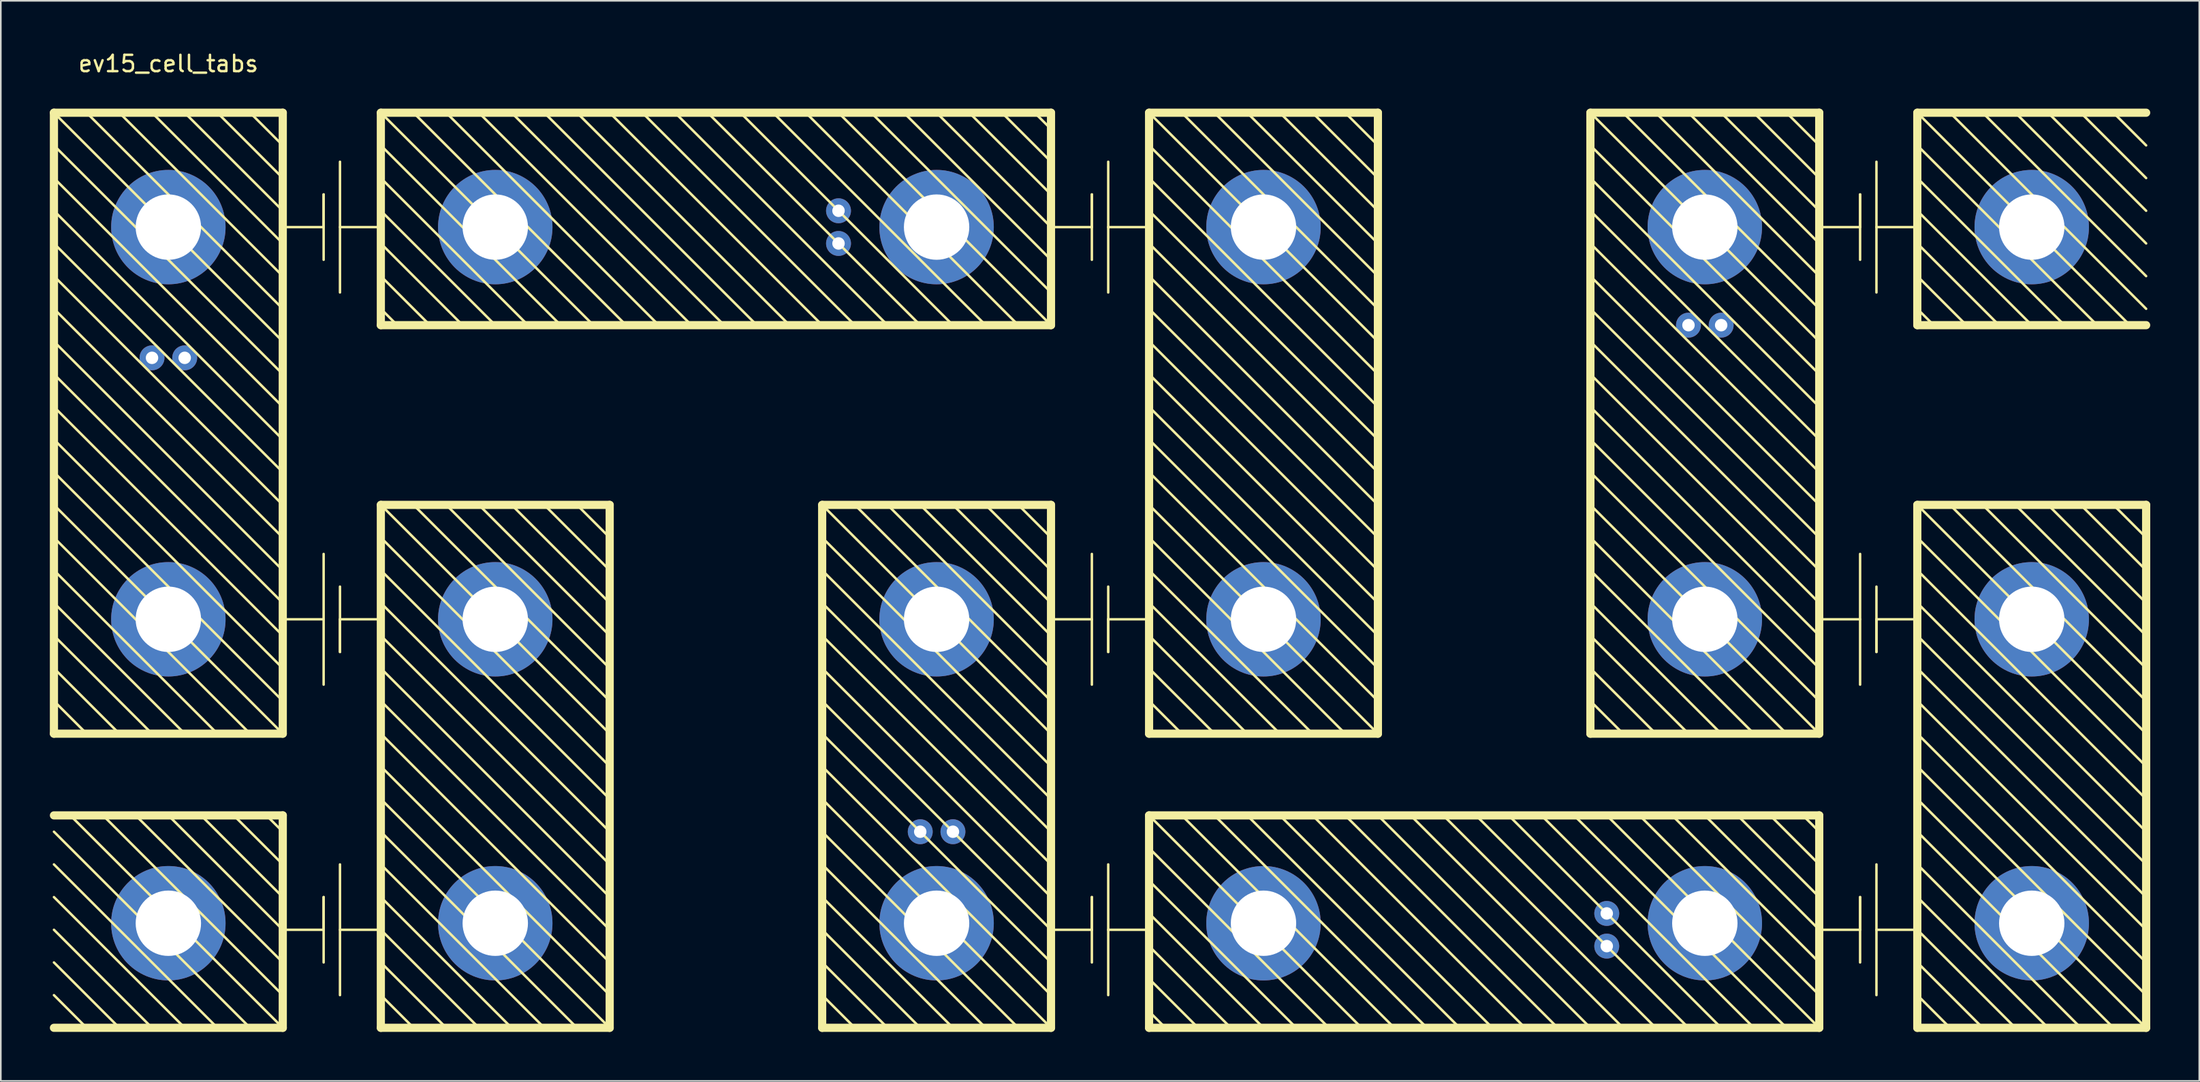
<source format=kicad_pcb>
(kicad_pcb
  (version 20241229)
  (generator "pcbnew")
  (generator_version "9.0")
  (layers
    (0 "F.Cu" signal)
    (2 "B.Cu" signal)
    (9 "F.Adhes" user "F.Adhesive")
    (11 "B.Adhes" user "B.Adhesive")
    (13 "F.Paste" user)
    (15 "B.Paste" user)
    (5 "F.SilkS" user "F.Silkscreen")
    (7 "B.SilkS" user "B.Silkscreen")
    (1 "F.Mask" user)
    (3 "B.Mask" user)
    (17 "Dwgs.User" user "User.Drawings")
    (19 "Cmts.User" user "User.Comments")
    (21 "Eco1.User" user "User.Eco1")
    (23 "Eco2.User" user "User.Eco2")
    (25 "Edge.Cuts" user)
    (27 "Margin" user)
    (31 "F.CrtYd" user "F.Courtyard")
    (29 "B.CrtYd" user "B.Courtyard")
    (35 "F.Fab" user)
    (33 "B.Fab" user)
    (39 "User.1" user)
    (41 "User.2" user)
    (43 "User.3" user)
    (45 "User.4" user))
  (footprint "ev15_cell_tabs"
    (layer "F.Cu")
    (at 7.25 10.848)
    (property "Reference" "ev15_cell_tabs" (at 0 -10 0) (layer "F.SilkS") (effects (font (size 1 1) (thickness 0.15))))
    (attr through_hole)
    (fp_line (start -7 -7) (end -7 31) (stroke (width 0.15) (type solid)) (layer "F.SilkS"))
    (fp_line (start -7 -7) (end -7 31) (stroke (width 0.5) (type solid)) (layer "F.SilkS"))
    (fp_line (start -7 -5) (end 7 9) (stroke (width 0.15) (type solid)) (layer "F.SilkS"))
    (fp_line (start -7 -1) (end 7 13) (stroke (width 0.15) (type solid)) (layer "F.SilkS"))
    (fp_line (start -7 3) (end 7 17) (stroke (width 0.15) (type solid)) (layer "F.SilkS"))
    (fp_line (start -7 5) (end 7 19) (stroke (width 0.15) (type solid)) (layer "F.SilkS"))
    (fp_line (start -7 9) (end 7 23) (stroke (width 0.15) (type solid)) (layer "F.SilkS"))
    (fp_line (start -7 11) (end 7 25) (stroke (width 0.15) (type solid)) (layer "F.SilkS"))
    (fp_line (start -7 15) (end 7 29) (stroke (width 0.15) (type solid)) (layer "F.SilkS"))
    (fp_line (start -7 19) (end 5 31) (stroke (width 0.15) (type solid)) (layer "F.SilkS"))
    (fp_line (start -7 21) (end 3 31) (stroke (width 0.15) (type solid)) (layer "F.SilkS"))
    (fp_line (start -7 27) (end -3 31) (stroke (width 0.15) (type solid)) (layer "F.SilkS"))
    (fp_line (start -7 31) (end 7 31) (stroke (width 0.15) (type solid)) (layer "F.SilkS"))
    (fp_line (start -7 31) (end 7 31) (stroke (width 0.5) (type solid)) (layer "F.SilkS"))
    (fp_line (start -7 36) (end 7 36) (stroke (width 0.15) (type solid)) (layer "F.SilkS"))
    (fp_line (start -7 39) (end 3 49) (stroke (width 0.15) (type solid)) (layer "F.SilkS"))
    (fp_line (start -7 45) (end -3 49) (stroke (width 0.15) (type solid)) (layer "F.SilkS"))
    (fp_line (start -5 -7) (end 7 5) (stroke (width 0.15) (type solid)) (layer "F.SilkS"))
    (fp_line (start -5 31) (end -7 29) (stroke (width 0.15) (type solid)) (layer "F.SilkS"))
    (fp_line (start -5 49) (end -7 47) (stroke (width 0.15) (type solid)) (layer "F.SilkS"))
    (fp_line (start -4 36) (end 7 47) (stroke (width 0.15) (type solid)) (layer "F.SilkS"))
    (fp_line (start -2 36) (end 0 36) (stroke (width 0.15) (type solid)) (layer "F.SilkS"))
    (fp_line (start -1 -7) (end 7 1) (stroke (width 0.15) (type solid)) (layer "F.SilkS"))
    (fp_line (start -1 31) (end -7 25) (stroke (width 0.15) (type solid)) (layer "F.SilkS"))
    (fp_line (start -1 49) (end -7 43) (stroke (width 0.15) (type solid)) (layer "F.SilkS"))
    (fp_line (start 0 36) (end 7 43) (stroke (width 0.15) (type solid)) (layer "F.SilkS"))
    (fp_line (start 1 31) (end -7 23) (stroke (width 0.15) (type solid)) (layer "F.SilkS"))
    (fp_line (start 1 49) (end -7 41) (stroke (width 0.15) (type solid)) (layer "F.SilkS"))
    (fp_line (start 2 36) (end 4 36) (stroke (width 0.15) (type solid)) (layer "F.SilkS"))
    (fp_line (start 3 -7) (end 7 -3) (stroke (width 0.15) (type solid)) (layer "F.SilkS"))
    (fp_line (start 4 36) (end 7 39) (stroke (width 0.15) (type solid)) (layer "F.SilkS"))
    (fp_line (start 5 49) (end -7 37) (stroke (width 0.15) (type solid)) (layer "F.SilkS"))
    (fp_line (start 7 -7) (end -7 -7) (stroke (width 0.15) (type solid)) (layer "F.SilkS"))
    (fp_line (start 7 -7) (end -7 -7) (stroke (width 0.5) (type solid)) (layer "F.SilkS"))
    (fp_line (start 7 -5) (end 5 -7) (stroke (width 0.15) (type solid)) (layer "F.SilkS"))
    (fp_line (start 7 -1) (end 1 -7) (stroke (width 0.15) (type solid)) (layer "F.SilkS"))
    (fp_line (start 7 0) (end 9.5 0) (stroke (width 0.15) (type solid)) (layer "F.SilkS"))
    (fp_line (start 7 3) (end -3 -7) (stroke (width 0.15) (type solid)) (layer "F.SilkS"))
    (fp_line (start 7 7) (end -7 -7) (stroke (width 0.15) (type solid)) (layer "F.SilkS"))
    (fp_line (start 7 11) (end -7 -3) (stroke (width 0.15) (type solid)) (layer "F.SilkS"))
    (fp_line (start 7 15) (end -7 1) (stroke (width 0.15) (type solid)) (layer "F.SilkS"))
    (fp_line (start 7 21) (end -7 7) (stroke (width 0.15) (type solid)) (layer "F.SilkS"))
    (fp_line (start 7 27) (end -7 13) (stroke (width 0.15) (type solid)) (layer "F.SilkS"))
    (fp_line (start 7 31) (end -7 17) (stroke (width 0.15) (type solid)) (layer "F.SilkS"))
    (fp_line (start 7 31) (end 7 -7) (stroke (width 0.15) (type solid)) (layer "F.SilkS"))
    (fp_line (start 7 31) (end 7 -7) (stroke (width 0.5) (type solid)) (layer "F.SilkS"))
    (fp_line (start 7 36) (end -7 36) (stroke (width 0.5) (type solid)) (layer "F.SilkS"))
    (fp_line (start 7 36) (end 7 49) (stroke (width 0.15) (type solid)) (layer "F.SilkS"))
    (fp_line (start 7 36) (end 7 49) (stroke (width 0.5) (type solid)) (layer "F.SilkS"))
    (fp_line (start 7 37) (end 6 36) (stroke (width 0.15) (type solid)) (layer "F.SilkS"))
    (fp_line (start 7 41) (end 2 36) (stroke (width 0.15) (type solid)) (layer "F.SilkS"))
    (fp_line (start 7 43) (end 9.5 43) (stroke (width 0.15) (type solid)) (layer "F.SilkS"))
    (fp_line (start 7 45) (end -2 36) (stroke (width 0.15) (type solid)) (layer "F.SilkS"))
    (fp_line (start 7 47) (end 7 45) (stroke (width 0.15) (type solid)) (layer "F.SilkS"))
    (fp_line (start 7 49) (end -7 49) (stroke (width 0.15) (type solid)) (layer "F.SilkS"))
    (fp_line (start 7 49) (end -7 49) (stroke (width 0.5) (type solid)) (layer "F.SilkS"))
    (fp_line (start 7 49) (end -6 36) (stroke (width 0.15) (type solid)) (layer "F.SilkS"))
    (fp_line (start 9.5 -2) (end 9.5 2) (stroke (width 0.15) (type solid)) (layer "F.SilkS"))
    (fp_line (start 9.5 0) (end 9.5 -2) (stroke (width 0.15) (type solid)) (layer "F.SilkS"))
    (fp_line (start 9.5 24) (end 7 24) (stroke (width 0.15) (type solid)) (layer "F.SilkS"))
    (fp_line (start 9.5 28) (end 9.5 20) (stroke (width 0.15) (type solid)) (layer "F.SilkS"))
    (fp_line (start 9.5 41) (end 9.5 45) (stroke (width 0.15) (type solid)) (layer "F.SilkS"))
    (fp_line (start 9.5 43) (end 9.5 41) (stroke (width 0.15) (type solid)) (layer "F.SilkS"))
    (fp_line (start 10.5 -4) (end 10.5 4) (stroke (width 0.15) (type solid)) (layer "F.SilkS"))
    (fp_line (start 10.5 0) (end 13 0) (stroke (width 0.15) (type solid)) (layer "F.SilkS"))
    (fp_line (start 10.5 24) (end 10.5 26) (stroke (width 0.15) (type solid)) (layer "F.SilkS"))
    (fp_line (start 10.5 26) (end 10.5 22) (stroke (width 0.15) (type solid)) (layer "F.SilkS"))
    (fp_line (start 10.5 39) (end 10.5 47) (stroke (width 0.15) (type solid)) (layer "F.SilkS"))
    (fp_line (start 10.5 43) (end 13 43) (stroke (width 0.15) (type solid)) (layer "F.SilkS"))
    (fp_line (start 13 -7) (end 54 -7) (stroke (width 0.5) (type solid)) (layer "F.SilkS"))
    (fp_line (start 13 -1) (end 20 6) (stroke (width 0.15) (type solid)) (layer "F.SilkS"))
    (fp_line (start 13 3) (end 16 6) (stroke (width 0.15) (type solid)) (layer "F.SilkS"))
    (fp_line (start 13 6) (end 13 -7) (stroke (width 0.5) (type solid)) (layer "F.SilkS"))
    (fp_line (start 13 17) (end 13 49) (stroke (width 0.5) (type solid)) (layer "F.SilkS"))
    (fp_line (start 13 17) (end 27 31) (stroke (width 0.15) (type solid)) (layer "F.SilkS"))
    (fp_line (start 13 19) (end 13 22) (stroke (width 0.15) (type solid)) (layer "F.SilkS"))
    (fp_line (start 13 21) (end 27 35) (stroke (width 0.15) (type solid)) (layer "F.SilkS"))
    (fp_line (start 13 23) (end 27 37) (stroke (width 0.15) (type solid)) (layer "F.SilkS"))
    (fp_line (start 13 24) (end 10.5 24) (stroke (width 0.15) (type solid)) (layer "F.SilkS"))
    (fp_line (start 13 27) (end 27 41) (stroke (width 0.15) (type solid)) (layer "F.SilkS"))
    (fp_line (start 13 29) (end 27 43) (stroke (width 0.15) (type solid)) (layer "F.SilkS"))
    (fp_line (start 13 33) (end 27 47) (stroke (width 0.15) (type solid)) (layer "F.SilkS"))
    (fp_line (start 13 37) (end 25 49) (stroke (width 0.15) (type solid)) (layer "F.SilkS"))
    (fp_line (start 13 39) (end 23 49) (stroke (width 0.15) (type solid)) (layer "F.SilkS"))
    (fp_line (start 13 43) (end 13 45) (stroke (width 0.15) (type solid)) (layer "F.SilkS"))
    (fp_line (start 13 45) (end 17 49) (stroke (width 0.15) (type solid)) (layer "F.SilkS"))
    (fp_line (start 13 49) (end 27 49) (stroke (width 0.5) (type solid)) (layer "F.SilkS"))
    (fp_line (start 14 6) (end 13 5) (stroke (width 0.15) (type solid)) (layer "F.SilkS"))
    (fp_line (start 15 17) (end 17 17) (stroke (width 0.15) (type solid)) (layer "F.SilkS"))
    (fp_line (start 15 49) (end 13 47) (stroke (width 0.15) (type solid)) (layer "F.SilkS"))
    (fp_line (start 16 6) (end 14 6) (stroke (width 0.15) (type solid)) (layer "F.SilkS"))
    (fp_line (start 17 17) (end 27 27) (stroke (width 0.15) (type solid)) (layer "F.SilkS"))
    (fp_line (start 18 6) (end 13 1) (stroke (width 0.15) (type solid)) (layer "F.SilkS"))
    (fp_line (start 18 49) (end 19 49) (stroke (width 0.15) (type solid)) (layer "F.SilkS"))
    (fp_line (start 19 17) (end 21 17) (stroke (width 0.15) (type solid)) (layer "F.SilkS"))
    (fp_line (start 19 49) (end 13 43) (stroke (width 0.15) (type solid)) (layer "F.SilkS"))
    (fp_line (start 21 17) (end 27 23) (stroke (width 0.15) (type solid)) (layer "F.SilkS"))
    (fp_line (start 21 49) (end 13 41) (stroke (width 0.15) (type solid)) (layer "F.SilkS"))
    (fp_line (start 22 6) (end 13 -3) (stroke (width 0.15) (type solid)) (layer "F.SilkS"))
    (fp_line (start 23 17) (end 25 17) (stroke (width 0.15) (type solid)) (layer "F.SilkS"))
    (fp_line (start 24 6) (end 13 -5) (stroke (width 0.15) (type solid)) (layer "F.SilkS"))
    (fp_line (start 25 17) (end 27 19) (stroke (width 0.15) (type solid)) (layer "F.SilkS"))
    (fp_line (start 26 6) (end 13 -7) (stroke (width 0.15) (type solid)) (layer "F.SilkS"))
    (fp_line (start 27 17) (end 13 17) (stroke (width 0.5) (type solid)) (layer "F.SilkS"))
    (fp_line (start 27 21) (end 23 17) (stroke (width 0.15) (type solid)) (layer "F.SilkS"))
    (fp_line (start 27 23) (end 27 21) (stroke (width 0.15) (type solid)) (layer "F.SilkS"))
    (fp_line (start 27 25) (end 19 17) (stroke (width 0.15) (type solid)) (layer "F.SilkS"))
    (fp_line (start 27 27) (end 27 25) (stroke (width 0.15) (type solid)) (layer "F.SilkS"))
    (fp_line (start 27 29) (end 15 17) (stroke (width 0.15) (type solid)) (layer "F.SilkS"))
    (fp_line (start 27 31) (end 27 29) (stroke (width 0.15) (type solid)) (layer "F.SilkS"))
    (fp_line (start 27 33) (end 13 19) (stroke (width 0.15) (type solid)) (layer "F.SilkS"))
    (fp_line (start 27 39) (end 13 25) (stroke (width 0.15) (type solid)) (layer "F.SilkS"))
    (fp_line (start 27 45) (end 13 31) (stroke (width 0.15) (type solid)) (layer "F.SilkS"))
    (fp_line (start 27 49) (end 13 35) (stroke (width 0.15) (type solid)) (layer "F.SilkS"))
    (fp_line (start 27 49) (end 27 17) (stroke (width 0.5) (type solid)) (layer "F.SilkS"))
    (fp_line (start 28 6) (end 15 -7) (stroke (width 0.15) (type solid)) (layer "F.SilkS"))
    (fp_line (start 30 6) (end 17 -7) (stroke (width 0.15) (type solid)) (layer "F.SilkS"))
    (fp_line (start 32 6) (end 19 -7) (stroke (width 0.15) (type solid)) (layer "F.SilkS"))
    (fp_line (start 34 6) (end 21 -7) (stroke (width 0.15) (type solid)) (layer "F.SilkS"))
    (fp_line (start 36 6) (end 23 -7) (stroke (width 0.15) (type solid)) (layer "F.SilkS"))
    (fp_line (start 38 6) (end 25 -7) (stroke (width 0.15) (type solid)) (layer "F.SilkS"))
    (fp_line (start 40 6) (end 27 -7) (stroke (width 0.15) (type solid)) (layer "F.SilkS"))
    (fp_line (start 40 17) (end 40 49) (stroke (width 0.5) (type solid)) (layer "F.SilkS"))
    (fp_line (start 40 17) (end 54 17) (stroke (width 0.15) (type solid)) (layer "F.SilkS"))
    (fp_line (start 40 17) (end 54 31) (stroke (width 0.15) (type solid)) (layer "F.SilkS"))
    (fp_line (start 40 19) (end 40 22) (stroke (width 0.15) (type solid)) (layer "F.SilkS"))
    (fp_line (start 40 21) (end 54 35) (stroke (width 0.15) (type solid)) (layer "F.SilkS"))
    (fp_line (start 40 23) (end 54 37) (stroke (width 0.15) (type solid)) (layer "F.SilkS"))
    (fp_line (start 40 27) (end 54 41) (stroke (width 0.15) (type solid)) (layer "F.SilkS"))
    (fp_line (start 40 29) (end 54 43) (stroke (width 0.15) (type solid)) (layer "F.SilkS"))
    (fp_line (start 40 33) (end 54 47) (stroke (width 0.15) (type solid)) (layer "F.SilkS"))
    (fp_line (start 40 37) (end 52 49) (stroke (width 0.15) (type solid)) (layer "F.SilkS"))
    (fp_line (start 40 39) (end 50 49) (stroke (width 0.15) (type solid)) (layer "F.SilkS"))
    (fp_line (start 40 43) (end 40 45) (stroke (width 0.15) (type solid)) (layer "F.SilkS"))
    (fp_line (start 40 45) (end 44 49) (stroke (width 0.15) (type solid)) (layer "F.SilkS"))
    (fp_line (start 40 49) (end 40 17) (stroke (width 0.15) (type solid)) (layer "F.SilkS"))
    (fp_line (start 40 49) (end 54 49) (stroke (width 0.5) (type solid)) (layer "F.SilkS"))
    (fp_line (start 42 6) (end 29 -7) (stroke (width 0.15) (type solid)) (layer "F.SilkS"))
    (fp_line (start 42 17) (end 44 17) (stroke (width 0.15) (type solid)) (layer "F.SilkS"))
    (fp_line (start 42 49) (end 40 47) (stroke (width 0.15) (type solid)) (layer "F.SilkS"))
    (fp_line (start 44 6) (end 31 -7) (stroke (width 0.15) (type solid)) (layer "F.SilkS"))
    (fp_line (start 44 17) (end 54 27) (stroke (width 0.15) (type solid)) (layer "F.SilkS"))
    (fp_line (start 45 -7) (end 54 2) (stroke (width 0.15) (type solid)) (layer "F.SilkS"))
    (fp_line (start 45 49) (end 46 49) (stroke (width 0.15) (type solid)) (layer "F.SilkS"))
    (fp_line (start 46 6) (end 33 -7) (stroke (width 0.15) (type solid)) (layer "F.SilkS"))
    (fp_line (start 46 17) (end 48 17) (stroke (width 0.15) (type solid)) (layer "F.SilkS"))
    (fp_line (start 46 49) (end 40 43) (stroke (width 0.15) (type solid)) (layer "F.SilkS"))
    (fp_line (start 47 -7) (end 49 -7) (stroke (width 0.15) (type solid)) (layer "F.SilkS"))
    (fp_line (start 48 6) (end 35 -7) (stroke (width 0.15) (type solid)) (layer "F.SilkS"))
    (fp_line (start 48 17) (end 54 23) (stroke (width 0.15) (type solid)) (layer "F.SilkS"))
    (fp_line (start 48 49) (end 40 41) (stroke (width 0.15) (type solid)) (layer "F.SilkS"))
    (fp_line (start 49 -7) (end 54 -2) (stroke (width 0.15) (type solid)) (layer "F.SilkS"))
    (fp_line (start 50 6) (end 37 -7) (stroke (width 0.15) (type solid)) (layer "F.SilkS"))
    (fp_line (start 50 17) (end 52 17) (stroke (width 0.15) (type solid)) (layer "F.SilkS"))
    (fp_line (start 51 -7) (end 53 -7) (stroke (width 0.15) (type solid)) (layer "F.SilkS"))
    (fp_line (start 52 6) (end 39 -7) (stroke (width 0.15) (type solid)) (layer "F.SilkS"))
    (fp_line (start 52 17) (end 54 19) (stroke (width 0.15) (type solid)) (layer "F.SilkS"))
    (fp_line (start 53 -7) (end 54 -6) (stroke (width 0.15) (type solid)) (layer "F.SilkS"))
    (fp_line (start 54 -7) (end 54 6) (stroke (width 0.5) (type solid)) (layer "F.SilkS"))
    (fp_line (start 54 -4) (end 51 -7) (stroke (width 0.15) (type solid)) (layer "F.SilkS"))
    (fp_line (start 54 0) (end 47 -7) (stroke (width 0.15) (type solid)) (layer "F.SilkS"))
    (fp_line (start 54 0) (end 56.5 0) (stroke (width 0.15) (type solid)) (layer "F.SilkS"))
    (fp_line (start 54 4) (end 43 -7) (stroke (width 0.15) (type solid)) (layer "F.SilkS"))
    (fp_line (start 54 6) (end 13 6) (stroke (width 0.5) (type solid)) (layer "F.SilkS"))
    (fp_line (start 54 6) (end 41 -7) (stroke (width 0.15) (type solid)) (layer "F.SilkS"))
    (fp_line (start 54 17) (end 40 17) (stroke (width 0.5) (type solid)) (layer "F.SilkS"))
    (fp_line (start 54 17) (end 54 49) (stroke (width 0.15) (type solid)) (layer "F.SilkS"))
    (fp_line (start 54 21) (end 50 17) (stroke (width 0.15) (type solid)) (layer "F.SilkS"))
    (fp_line (start 54 23) (end 54 21) (stroke (width 0.15) (type solid)) (layer "F.SilkS"))
    (fp_line (start 54 25) (end 46 17) (stroke (width 0.15) (type solid)) (layer "F.SilkS"))
    (fp_line (start 54 27) (end 54 25) (stroke (width 0.15) (type solid)) (layer "F.SilkS"))
    (fp_line (start 54 29) (end 42 17) (stroke (width 0.15) (type solid)) (layer "F.SilkS"))
    (fp_line (start 54 31) (end 54 29) (stroke (width 0.15) (type solid)) (layer "F.SilkS"))
    (fp_line (start 54 33) (end 40 19) (stroke (width 0.15) (type solid)) (layer "F.SilkS"))
    (fp_line (start 54 39) (end 40 25) (stroke (width 0.15) (type solid)) (layer "F.SilkS"))
    (fp_line (start 54 43) (end 56.5 43) (stroke (width 0.15) (type solid)) (layer "F.SilkS"))
    (fp_line (start 54 45) (end 40 31) (stroke (width 0.15) (type solid)) (layer "F.SilkS"))
    (fp_line (start 54 49) (end 40 35) (stroke (width 0.15) (type solid)) (layer "F.SilkS"))
    (fp_line (start 54 49) (end 40 49) (stroke (width 0.15) (type solid)) (layer "F.SilkS"))
    (fp_line (start 54 49) (end 54 17) (stroke (width 0.5) (type solid)) (layer "F.SilkS"))
    (fp_line (start 56.5 -2) (end 56.5 2) (stroke (width 0.15) (type solid)) (layer "F.SilkS"))
    (fp_line (start 56.5 0) (end 56.5 -2) (stroke (width 0.15) (type solid)) (layer "F.SilkS"))
    (fp_line (start 56.5 24) (end 54 24) (stroke (width 0.15) (type solid)) (layer "F.SilkS"))
    (fp_line (start 56.5 28) (end 56.5 20) (stroke (width 0.15) (type solid)) (layer "F.SilkS"))
    (fp_line (start 56.5 41) (end 56.5 45) (stroke (width 0.15) (type solid)) (layer "F.SilkS"))
    (fp_line (start 56.5 43) (end 56.5 41) (stroke (width 0.15) (type solid)) (layer "F.SilkS"))
    (fp_line (start 57.5 -4) (end 57.5 4) (stroke (width 0.15) (type solid)) (layer "F.SilkS"))
    (fp_line (start 57.5 0) (end 60 0) (stroke (width 0.15) (type solid)) (layer "F.SilkS"))
    (fp_line (start 57.5 24) (end 57.5 26) (stroke (width 0.15) (type solid)) (layer "F.SilkS"))
    (fp_line (start 57.5 26) (end 57.5 22) (stroke (width 0.15) (type solid)) (layer "F.SilkS"))
    (fp_line (start 57.5 39) (end 57.5 47) (stroke (width 0.15) (type solid)) (layer "F.SilkS"))
    (fp_line (start 57.5 43) (end 60 43) (stroke (width 0.15) (type solid)) (layer "F.SilkS"))
    (fp_line (start 60 -7) (end 60 31) (stroke (width 0.15) (type solid)) (layer "F.SilkS"))
    (fp_line (start 60 -7) (end 60 31) (stroke (width 0.5) (type solid)) (layer "F.SilkS"))
    (fp_line (start 60 -5) (end 74 9) (stroke (width 0.15) (type solid)) (layer "F.SilkS"))
    (fp_line (start 60 -1) (end 74 13) (stroke (width 0.15) (type solid)) (layer "F.SilkS"))
    (fp_line (start 60 3) (end 74 17) (stroke (width 0.15) (type solid)) (layer "F.SilkS"))
    (fp_line (start 60 5) (end 74 19) (stroke (width 0.15) (type solid)) (layer "F.SilkS"))
    (fp_line (start 60 9) (end 74 23) (stroke (width 0.15) (type solid)) (layer "F.SilkS"))
    (fp_line (start 60 11) (end 74 25) (stroke (width 0.15) (type solid)) (layer "F.SilkS"))
    (fp_line (start 60 15) (end 74 29) (stroke (width 0.15) (type solid)) (layer "F.SilkS"))
    (fp_line (start 60 19) (end 72 31) (stroke (width 0.15) (type solid)) (layer "F.SilkS"))
    (fp_line (start 60 21) (end 70 31) (stroke (width 0.15) (type solid)) (layer "F.SilkS"))
    (fp_line (start 60 24) (end 57.5 24) (stroke (width 0.15) (type solid)) (layer "F.SilkS"))
    (fp_line (start 60 27) (end 64 31) (stroke (width 0.15) (type solid)) (layer "F.SilkS"))
    (fp_line (start 60 31) (end 74 31) (stroke (width 0.15) (type solid)) (layer "F.SilkS"))
    (fp_line (start 60 31) (end 74 31) (stroke (width 0.5) (type solid)) (layer "F.SilkS"))
    (fp_line (start 60 36) (end 60 49) (stroke (width 0.5) (type solid)) (layer "F.SilkS"))
    (fp_line (start 60 40) (end 60 42) (stroke (width 0.15) (type solid)) (layer "F.SilkS"))
    (fp_line (start 60 42) (end 67 49) (stroke (width 0.15) (type solid)) (layer "F.SilkS"))
    (fp_line (start 60 46) (end 63 49) (stroke (width 0.15) (type solid)) (layer "F.SilkS"))
    (fp_line (start 60 49) (end 101 49) (stroke (width 0.5) (type solid)) (layer "F.SilkS"))
    (fp_line (start 61 49) (end 60 48) (stroke (width 0.15) (type solid)) (layer "F.SilkS"))
    (fp_line (start 62 -7) (end 74 5) (stroke (width 0.15) (type solid)) (layer "F.SilkS"))
    (fp_line (start 62 31) (end 60 29) (stroke (width 0.15) (type solid)) (layer "F.SilkS"))
    (fp_line (start 63 49) (end 61 49) (stroke (width 0.15) (type solid)) (layer "F.SilkS"))
    (fp_line (start 65 49) (end 60 44) (stroke (width 0.15) (type solid)) (layer "F.SilkS"))
    (fp_line (start 66 -7) (end 74 1) (stroke (width 0.15) (type solid)) (layer "F.SilkS"))
    (fp_line (start 66 31) (end 60 25) (stroke (width 0.15) (type solid)) (layer "F.SilkS"))
    (fp_line (start 68 31) (end 60 23) (stroke (width 0.15) (type solid)) (layer "F.SilkS"))
    (fp_line (start 69 49) (end 60 40) (stroke (width 0.15) (type solid)) (layer "F.SilkS"))
    (fp_line (start 70 -7) (end 74 -3) (stroke (width 0.15) (type solid)) (layer "F.SilkS"))
    (fp_line (start 71 49) (end 60 38) (stroke (width 0.15) (type solid)) (layer "F.SilkS"))
    (fp_line (start 73 49) (end 60 36) (stroke (width 0.15) (type solid)) (layer "F.SilkS"))
    (fp_line (start 74 -7) (end 60 -7) (stroke (width 0.15) (type solid)) (layer "F.SilkS"))
    (fp_line (start 74 -7) (end 60 -7) (stroke (width 0.5) (type solid)) (layer "F.SilkS"))
    (fp_line (start 74 -5) (end 72 -7) (stroke (width 0.15) (type solid)) (layer "F.SilkS"))
    (fp_line (start 74 -1) (end 68 -7) (stroke (width 0.15) (type solid)) (layer "F.SilkS"))
    (fp_line (start 74 3) (end 64 -7) (stroke (width 0.15) (type solid)) (layer "F.SilkS"))
    (fp_line (start 74 7) (end 60 -7) (stroke (width 0.15) (type solid)) (layer "F.SilkS"))
    (fp_line (start 74 11) (end 60 -3) (stroke (width 0.15) (type solid)) (layer "F.SilkS"))
    (fp_line (start 74 15) (end 60 1) (stroke (width 0.15) (type solid)) (layer "F.SilkS"))
    (fp_line (start 74 21) (end 60 7) (stroke (width 0.15) (type solid)) (layer "F.SilkS"))
    (fp_line (start 74 27) (end 60 13) (stroke (width 0.15) (type solid)) (layer "F.SilkS"))
    (fp_line (start 74 31) (end 60 17) (stroke (width 0.15) (type solid)) (layer "F.SilkS"))
    (fp_line (start 74 31) (end 74 -7) (stroke (width 0.15) (type solid)) (layer "F.SilkS"))
    (fp_line (start 74 31) (end 74 -7) (stroke (width 0.5) (type solid)) (layer "F.SilkS"))
    (fp_line (start 75 49) (end 62 36) (stroke (width 0.15) (type solid)) (layer "F.SilkS"))
    (fp_line (start 77 49) (end 64 36) (stroke (width 0.15) (type solid)) (layer "F.SilkS"))
    (fp_line (start 79 49) (end 66 36) (stroke (width 0.15) (type solid)) (layer "F.SilkS"))
    (fp_line (start 81 49) (end 68 36) (stroke (width 0.15) (type solid)) (layer "F.SilkS"))
    (fp_line (start 83 49) (end 70 36) (stroke (width 0.15) (type solid)) (layer "F.SilkS"))
    (fp_line (start 85 49) (end 72 36) (stroke (width 0.15) (type solid)) (layer "F.SilkS"))
    (fp_line (start 87 -7) (end 87 31) (stroke (width 0.15) (type solid)) (layer "F.SilkS"))
    (fp_line (start 87 -7) (end 87 31) (stroke (width 0.5) (type solid)) (layer "F.SilkS"))
    (fp_line (start 87 -5) (end 101 9) (stroke (width 0.15) (type solid)) (layer "F.SilkS"))
    (fp_line (start 87 -1) (end 101 13) (stroke (width 0.15) (type solid)) (layer "F.SilkS"))
    (fp_line (start 87 3) (end 101 17) (stroke (width 0.15) (type solid)) (layer "F.SilkS"))
    (fp_line (start 87 5) (end 101 19) (stroke (width 0.15) (type solid)) (layer "F.SilkS"))
    (fp_line (start 87 9) (end 101 23) (stroke (width 0.15) (type solid)) (layer "F.SilkS"))
    (fp_line (start 87 11) (end 101 25) (stroke (width 0.15) (type solid)) (layer "F.SilkS"))
    (fp_line (start 87 15) (end 101 29) (stroke (width 0.15) (type solid)) (layer "F.SilkS"))
    (fp_line (start 87 19) (end 99 31) (stroke (width 0.15) (type solid)) (layer "F.SilkS"))
    (fp_line (start 87 21) (end 97 31) (stroke (width 0.15) (type solid)) (layer "F.SilkS"))
    (fp_line (start 87 27) (end 91 31) (stroke (width 0.15) (type solid)) (layer "F.SilkS"))
    (fp_line (start 87 31) (end 101 31) (stroke (width 0.15) (type solid)) (layer "F.SilkS"))
    (fp_line (start 87 31) (end 101 31) (stroke (width 0.5) (type solid)) (layer "F.SilkS"))
    (fp_line (start 87 49) (end 74 36) (stroke (width 0.15) (type solid)) (layer "F.SilkS"))
    (fp_line (start 89 -7) (end 101 5) (stroke (width 0.15) (type solid)) (layer "F.SilkS"))
    (fp_line (start 89 31) (end 87 29) (stroke (width 0.15) (type solid)) (layer "F.SilkS"))
    (fp_line (start 89 49) (end 76 36) (stroke (width 0.15) (type solid)) (layer "F.SilkS"))
    (fp_line (start 91 49) (end 78 36) (stroke (width 0.15) (type solid)) (layer "F.SilkS"))
    (fp_line (start 92 36) (end 101 45) (stroke (width 0.15) (type solid)) (layer "F.SilkS"))
    (fp_line (start 93 -7) (end 101 1) (stroke (width 0.15) (type solid)) (layer "F.SilkS"))
    (fp_line (start 93 31) (end 87 25) (stroke (width 0.15) (type solid)) (layer "F.SilkS"))
    (fp_line (start 93 49) (end 80 36) (stroke (width 0.15) (type solid)) (layer "F.SilkS"))
    (fp_line (start 94 36) (end 96 36) (stroke (width 0.15) (type solid)) (layer "F.SilkS"))
    (fp_line (start 95 31) (end 87 23) (stroke (width 0.15) (type solid)) (layer "F.SilkS"))
    (fp_line (start 95 49) (end 82 36) (stroke (width 0.15) (type solid)) (layer "F.SilkS"))
    (fp_line (start 96 36) (end 101 41) (stroke (width 0.15) (type solid)) (layer "F.SilkS"))
    (fp_line (start 97 -7) (end 101 -3) (stroke (width 0.15) (type solid)) (layer "F.SilkS"))
    (fp_line (start 97 49) (end 84 36) (stroke (width 0.15) (type solid)) (layer "F.SilkS"))
    (fp_line (start 98 36) (end 100 36) (stroke (width 0.15) (type solid)) (layer "F.SilkS"))
    (fp_line (start 99 49) (end 86 36) (stroke (width 0.15) (type solid)) (layer "F.SilkS"))
    (fp_line (start 100 36) (end 101 37) (stroke (width 0.15) (type solid)) (layer "F.SilkS"))
    (fp_line (start 101 -7) (end 87 -7) (stroke (width 0.15) (type solid)) (layer "F.SilkS"))
    (fp_line (start 101 -7) (end 87 -7) (stroke (width 0.5) (type solid)) (layer "F.SilkS"))
    (fp_line (start 101 -5) (end 99 -7) (stroke (width 0.15) (type solid)) (layer "F.SilkS"))
    (fp_line (start 101 -1) (end 95 -7) (stroke (width 0.15) (type solid)) (layer "F.SilkS"))
    (fp_line (start 101 0) (end 103.5 0) (stroke (width 0.15) (type solid)) (layer "F.SilkS"))
    (fp_line (start 101 3) (end 91 -7) (stroke (width 0.15) (type solid)) (layer "F.SilkS"))
    (fp_line (start 101 7) (end 87 -7) (stroke (width 0.15) (type solid)) (layer "F.SilkS"))
    (fp_line (start 101 11) (end 87 -3) (stroke (width 0.15) (type solid)) (layer "F.SilkS"))
    (fp_line (start 101 15) (end 87 1) (stroke (width 0.15) (type solid)) (layer "F.SilkS"))
    (fp_line (start 101 21) (end 87 7) (stroke (width 0.15) (type solid)) (layer "F.SilkS"))
    (fp_line (start 101 27) (end 87 13) (stroke (width 0.15) (type solid)) (layer "F.SilkS"))
    (fp_line (start 101 31) (end 87 17) (stroke (width 0.15) (type solid)) (layer "F.SilkS"))
    (fp_line (start 101 31) (end 101 -7) (stroke (width 0.15) (type solid)) (layer "F.SilkS"))
    (fp_line (start 101 31) (end 101 -7) (stroke (width 0.5) (type solid)) (layer "F.SilkS"))
    (fp_line (start 101 36) (end 60 36) (stroke (width 0.5) (type solid)) (layer "F.SilkS"))
    (fp_line (start 101 39) (end 98 36) (stroke (width 0.15) (type solid)) (layer "F.SilkS"))
    (fp_line (start 101 43) (end 94 36) (stroke (width 0.15) (type solid)) (layer "F.SilkS"))
    (fp_line (start 101 43) (end 103.5 43) (stroke (width 0.15) (type solid)) (layer "F.SilkS"))
    (fp_line (start 101 47) (end 90 36) (stroke (width 0.15) (type solid)) (layer "F.SilkS"))
    (fp_line (start 101 49) (end 88 36) (stroke (width 0.15) (type solid)) (layer "F.SilkS"))
    (fp_line (start 101 49) (end 101 36) (stroke (width 0.5) (type solid)) (layer "F.SilkS"))
    (fp_line (start 103.5 -2) (end 103.5 2) (stroke (width 0.15) (type solid)) (layer "F.SilkS"))
    (fp_line (start 103.5 0) (end 103.5 -2) (stroke (width 0.15) (type solid)) (layer "F.SilkS"))
    (fp_line (start 103.5 24) (end 101 24) (stroke (width 0.15) (type solid)) (layer "F.SilkS"))
    (fp_line (start 103.5 28) (end 103.5 20) (stroke (width 0.15) (type solid)) (layer "F.SilkS"))
    (fp_line (start 103.5 41) (end 103.5 45) (stroke (width 0.15) (type solid)) (layer "F.SilkS"))
    (fp_line (start 103.5 43) (end 103.5 41) (stroke (width 0.15) (type solid)) (layer "F.SilkS"))
    (fp_line (start 104.5 -4) (end 104.5 4) (stroke (width 0.15) (type solid)) (layer "F.SilkS"))
    (fp_line (start 104.5 0) (end 107 0) (stroke (width 0.15) (type solid)) (layer "F.SilkS"))
    (fp_line (start 104.5 24) (end 104.5 26) (stroke (width 0.15) (type solid)) (layer "F.SilkS"))
    (fp_line (start 104.5 26) (end 104.5 22) (stroke (width 0.15) (type solid)) (layer "F.SilkS"))
    (fp_line (start 104.5 39) (end 104.5 47) (stroke (width 0.15) (type solid)) (layer "F.SilkS"))
    (fp_line (start 104.5 43) (end 107 43) (stroke (width 0.15) (type solid)) (layer "F.SilkS"))
    (fp_line (start 107 -7) (end 120 6) (stroke (width 0.15) (type solid)) (layer "F.SilkS"))
    (fp_line (start 107 -7) (end 121 -7) (stroke (width 0.15) (type solid)) (layer "F.SilkS"))
    (fp_line (start 107 -7) (end 121 -7) (stroke (width 0.15) (type solid)) (layer "F.SilkS"))
    (fp_line (start 107 -5) (end 107 -3) (stroke (width 0.15) (type solid)) (layer "F.SilkS"))
    (fp_line (start 107 -3) (end 116 6) (stroke (width 0.15) (type solid)) (layer "F.SilkS"))
    (fp_line (start 107 1) (end 112 6) (stroke (width 0.15) (type solid)) (layer "F.SilkS"))
    (fp_line (start 107 5) (end 108 6) (stroke (width 0.15) (type solid)) (layer "F.SilkS"))
    (fp_line (start 107 6) (end 107 -7) (stroke (width 0.15) (type solid)) (layer "F.SilkS"))
    (fp_line (start 107 6) (end 107 -7) (stroke (width 0.5) (type solid)) (layer "F.SilkS"))
    (fp_line (start 107 17) (end 107 49) (stroke (width 0.15) (type solid)) (layer "F.SilkS"))
    (fp_line (start 107 17) (end 107 49) (stroke (width 0.5) (type solid)) (layer "F.SilkS"))
    (fp_line (start 107 17) (end 121 31) (stroke (width 0.15) (type solid)) (layer "F.SilkS"))
    (fp_line (start 107 19) (end 107 22) (stroke (width 0.15) (type solid)) (layer "F.SilkS"))
    (fp_line (start 107 21) (end 121 35) (stroke (width 0.15) (type solid)) (layer "F.SilkS"))
    (fp_line (start 107 23) (end 121 37) (stroke (width 0.15) (type solid)) (layer "F.SilkS"))
    (fp_line (start 107 24) (end 104.5 24) (stroke (width 0.15) (type solid)) (layer "F.SilkS"))
    (fp_line (start 107 27) (end 121 41) (stroke (width 0.15) (type solid)) (layer "F.SilkS"))
    (fp_line (start 107 29) (end 121 43) (stroke (width 0.15) (type solid)) (layer "F.SilkS"))
    (fp_line (start 107 33) (end 121 47) (stroke (width 0.15) (type solid)) (layer "F.SilkS"))
    (fp_line (start 107 37) (end 119 49) (stroke (width 0.15) (type solid)) (layer "F.SilkS"))
    (fp_line (start 107 39) (end 117 49) (stroke (width 0.15) (type solid)) (layer "F.SilkS"))
    (fp_line (start 107 43) (end 107 45) (stroke (width 0.15) (type solid)) (layer "F.SilkS"))
    (fp_line (start 107 45) (end 111 49) (stroke (width 0.15) (type solid)) (layer "F.SilkS"))
    (fp_line (start 107 49) (end 121 49) (stroke (width 0.15) (type solid)) (layer "F.SilkS"))
    (fp_line (start 107 49) (end 121 49) (stroke (width 0.5) (type solid)) (layer "F.SilkS"))
    (fp_line (start 109 -7) (end 121 5) (stroke (width 0.15) (type solid)) (layer "F.SilkS"))
    (fp_line (start 109 17) (end 111 17) (stroke (width 0.15) (type solid)) (layer "F.SilkS"))
    (fp_line (start 109 49) (end 107 47) (stroke (width 0.15) (type solid)) (layer "F.SilkS"))
    (fp_line (start 110 6) (end 107 3) (stroke (width 0.15) (type solid)) (layer "F.SilkS"))
    (fp_line (start 111 17) (end 121 27) (stroke (width 0.15) (type solid)) (layer "F.SilkS"))
    (fp_line (start 112 6) (end 110 6) (stroke (width 0.15) (type solid)) (layer "F.SilkS"))
    (fp_line (start 112 49) (end 113 49) (stroke (width 0.15) (type solid)) (layer "F.SilkS"))
    (fp_line (start 113 -7) (end 121 1) (stroke (width 0.15) (type solid)) (layer "F.SilkS"))
    (fp_line (start 113 17) (end 115 17) (stroke (width 0.15) (type solid)) (layer "F.SilkS"))
    (fp_line (start 113 49) (end 107 43) (stroke (width 0.15) (type solid)) (layer "F.SilkS"))
    (fp_line (start 114 6) (end 107 -1) (stroke (width 0.15) (type solid)) (layer "F.SilkS"))
    (fp_line (start 115 -7) (end 121 -1) (stroke (width 0.15) (type solid)) (layer "F.SilkS"))
    (fp_line (start 115 17) (end 121 23) (stroke (width 0.15) (type solid)) (layer "F.SilkS"))
    (fp_line (start 115 49) (end 107 41) (stroke (width 0.15) (type solid)) (layer "F.SilkS"))
    (fp_line (start 116 6) (end 114 6) (stroke (width 0.15) (type solid)) (layer "F.SilkS"))
    (fp_line (start 117 17) (end 119 17) (stroke (width 0.15) (type solid)) (layer "F.SilkS"))
    (fp_line (start 118 6) (end 107 -5) (stroke (width 0.15) (type solid)) (layer "F.SilkS"))
    (fp_line (start 119 -7) (end 121 -5) (stroke (width 0.15) (type solid)) (layer "F.SilkS"))
    (fp_line (start 119 17) (end 121 19) (stroke (width 0.15) (type solid)) (layer "F.SilkS"))
    (fp_line (start 121 -7) (end 107 -7) (stroke (width 0.5) (type solid)) (layer "F.SilkS"))
    (fp_line (start 121 -3) (end 117 -7) (stroke (width 0.15) (type solid)) (layer "F.SilkS"))
    (fp_line (start 121 3) (end 111 -7) (stroke (width 0.15) (type solid)) (layer "F.SilkS"))
    (fp_line (start 121 6) (end 107 6) (stroke (width 0.15) (type solid)) (layer "F.SilkS"))
    (fp_line (start 121 6) (end 107 6) (stroke (width 0.5) (type solid)) (layer "F.SilkS"))
    (fp_line (start 121 17) (end 107 17) (stroke (width 0.15) (type solid)) (layer "F.SilkS"))
    (fp_line (start 121 17) (end 107 17) (stroke (width 0.5) (type solid)) (layer "F.SilkS"))
    (fp_line (start 121 21) (end 117 17) (stroke (width 0.15) (type solid)) (layer "F.SilkS"))
    (fp_line (start 121 23) (end 121 21) (stroke (width 0.15) (type solid)) (layer "F.SilkS"))
    (fp_line (start 121 25) (end 113 17) (stroke (width 0.15) (type solid)) (layer "F.SilkS"))
    (fp_line (start 121 27) (end 121 25) (stroke (width 0.15) (type solid)) (layer "F.SilkS"))
    (fp_line (start 121 29) (end 109 17) (stroke (width 0.15) (type solid)) (layer "F.SilkS"))
    (fp_line (start 121 31) (end 121 29) (stroke (width 0.15) (type solid)) (layer "F.SilkS"))
    (fp_line (start 121 33) (end 107 19) (stroke (width 0.15) (type solid)) (layer "F.SilkS"))
    (fp_line (start 121 39) (end 107 25) (stroke (width 0.15) (type solid)) (layer "F.SilkS"))
    (fp_line (start 121 45) (end 107 31) (stroke (width 0.15) (type solid)) (layer "F.SilkS"))
    (fp_line (start 121 49) (end 107 35) (stroke (width 0.15) (type solid)) (layer "F.SilkS"))
    (fp_line (start 121 49) (end 121 17) (stroke (width 0.15) (type solid)) (layer "F.SilkS"))
    (fp_line (start 121 49) (end 121 17) (stroke (width 0.5) (type solid)) (layer "F.SilkS"))
    (pad "1" thru_hole circle (at 0 42.6) (size 7 7) (drill 4) (layers "*.Cu" "*.Mask"))
    (pad "2" thru_hole circle (at 20 24) (size 7 7) (drill 4) (layers "*.Cu" "*.Mask"))
    (pad "2" thru_hole circle (at 20 42.6) (size 7 7) (drill 4) (layers "*.Cu" "*.Mask"))
    (pad "3" thru_hole circle (at 0 0) (size 7 7) (drill 4) (layers "*.Cu" "*.Mask"))
    (pad "3" thru_hole circle (at 0 24) (size 7 7) (drill 4) (layers "*.Cu" "*.Mask"))
    (pad "4" thru_hole circle (at 20 0) (size 7 7) (drill 4) (layers "*.Cu" "*.Mask"))
    (pad "4" thru_hole circle (at 47 0) (size 7 7) (drill 4) (layers "*.Cu" "*.Mask"))
    (pad "5" thru_hole circle (at 67 0) (size 7 7) (drill 4) (layers "*.Cu" "*.Mask"))
    (pad "5" thru_hole circle (at 67 24) (size 7 7) (drill 4) (layers "*.Cu" "*.Mask"))
    (pad "6" thru_hole circle (at 47 24) (size 7 7) (drill 4) (layers "*.Cu" "*.Mask"))
    (pad "6" thru_hole circle (at 47 42.6) (size 7 7) (drill 4) (layers "*.Cu" "*.Mask"))
    (pad "7" thru_hole circle (at 67 42.6) (size 7 7) (drill 4) (layers "*.Cu" "*.Mask"))
    (pad "7" thru_hole circle (at 94 42.6) (size 7 7) (drill 4) (layers "*.Cu" "*.Mask"))
    (pad "8" thru_hole circle (at 114 24) (size 7 7) (drill 4) (layers "*.Cu" "*.Mask"))
    (pad "8" thru_hole circle (at 114 42.6) (size 7 7) (drill 4) (layers "*.Cu" "*.Mask"))
    (pad "9" thru_hole circle (at 94 0) (size 7 7) (drill 4) (layers "*.Cu" "*.Mask"))
    (pad "9" thru_hole circle (at 94 24) (size 7 7) (drill 4) (layers "*.Cu" "*.Mask"))
    (pad "10" thru_hole circle (at 114 0) (size 7 7) (drill 4) (layers "*.Cu" "*.Mask"))
    (pad "11" thru_hole circle (at -1 8) (size 1.524 1.524) (drill 0.762) (layers "*.Cu" "*.Mask"))
    (pad "12" thru_hole circle (at 1 8) (size 1.524 1.524) (drill 0.762) (layers "*.Cu" "*.Mask"))
    (pad "13" thru_hole circle (at 41 1) (size 1.524 1.524) (drill 0.762) (layers "*.Cu" "*.Mask"))
    (pad "14" thru_hole circle (at 41 -1) (size 1.524 1.524) (drill 0.762) (layers "*.Cu" "*.Mask"))
    (pad "15" thru_hole circle (at 46 37) (size 1.524 1.524) (drill 0.762) (layers "*.Cu" "*.Mask"))
    (pad "16" thru_hole circle (at 48 37) (size 1.524 1.524) (drill 0.762) (layers "*.Cu" "*.Mask"))
    (pad "17" thru_hole circle (at 88 42) (size 1.524 1.524) (drill 0.762) (layers "*.Cu" "*.Mask"))
    (pad "18" thru_hole circle (at 88 44) (size 1.524 1.524) (drill 0.762) (layers "*.Cu" "*.Mask"))
    (pad "19" thru_hole circle (at 93 6) (size 1.524 1.524) (drill 0.762) (layers "*.Cu" "*.Mask"))
    (pad "20" thru_hole circle (at 95 6) (size 1.524 1.524) (drill 0.762) (layers "*.Cu" "*.Mask")))
  (gr_rect
    (start -3 -3)
    (end 131.5 63.098)
    (stroke (width 0.1) (type default))
    (fill no)
    (layer "Edge.Cuts")))
</source>
